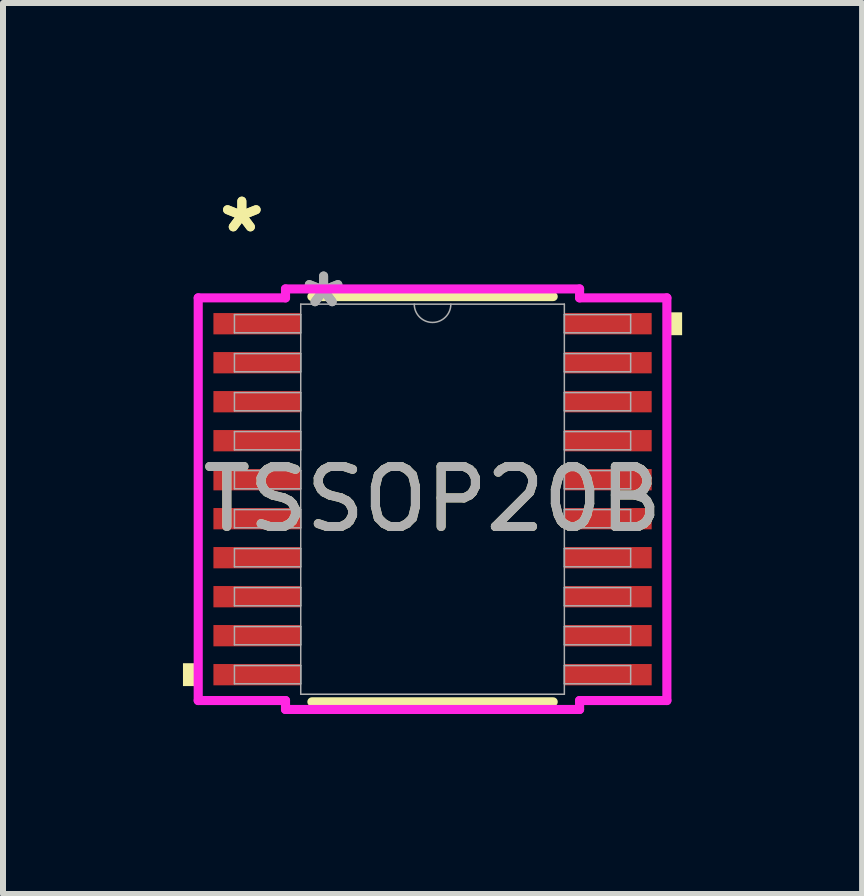
<source format=kicad_pcb>
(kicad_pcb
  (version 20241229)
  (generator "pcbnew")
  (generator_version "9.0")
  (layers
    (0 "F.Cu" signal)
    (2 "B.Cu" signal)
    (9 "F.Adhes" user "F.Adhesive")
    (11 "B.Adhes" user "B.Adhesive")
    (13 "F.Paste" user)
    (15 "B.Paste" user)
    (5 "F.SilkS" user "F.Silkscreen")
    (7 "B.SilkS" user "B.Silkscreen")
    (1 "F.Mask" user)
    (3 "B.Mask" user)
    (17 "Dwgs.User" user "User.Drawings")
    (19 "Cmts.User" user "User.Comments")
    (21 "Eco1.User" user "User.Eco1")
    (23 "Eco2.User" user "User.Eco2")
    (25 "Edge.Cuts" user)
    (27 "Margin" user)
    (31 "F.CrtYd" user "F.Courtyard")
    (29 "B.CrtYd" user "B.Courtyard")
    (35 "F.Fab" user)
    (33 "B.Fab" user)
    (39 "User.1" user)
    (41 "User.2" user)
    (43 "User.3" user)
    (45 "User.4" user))
  (footprint "TSSOP20B"
    (layer "F.Cu")
    (at 4.16 5.271)
    (property "Reference" "TSSOP20B" (at 0 0 0) (unlocked yes) (layer "F.SilkS") (effects (font (size 1 1) (thickness 0.15))))
    (attr smd)
    (fp_line (start -2.011 3.378) (end 2.011 3.378) (stroke (width 0.152) (type solid)) (layer "F.SilkS"))
    (fp_line (start 2.011 -3.378) (end -2.011 -3.378) (stroke (width 0.152) (type solid)) (layer "F.SilkS"))
    (fp_poly (pts (xy -4.16 2.734) (xy -4.16 3.115) (xy -3.906 3.115) (xy -3.906 2.734)) (stroke (width 0) (type solid)) (fill yes) (layer "F.SilkS"))
    (fp_poly (pts (xy 4.16 -3.115) (xy 4.16 -2.734) (xy 3.906 -2.734) (xy 3.906 -3.115)) (stroke (width 0) (type solid)) (fill yes) (layer "F.SilkS"))
    (fp_line (start -3.906 -3.356) (end -2.451 -3.356) (stroke (width 0.152) (type solid)) (layer "F.CrtYd"))
    (fp_line (start -3.906 3.356) (end -3.906 -3.356) (stroke (width 0.152) (type solid)) (layer "F.CrtYd"))
    (fp_line (start -3.906 3.356) (end -2.451 3.356) (stroke (width 0.152) (type solid)) (layer "F.CrtYd"))
    (fp_line (start -2.451 -3.505) (end 2.451 -3.505) (stroke (width 0.152) (type solid)) (layer "F.CrtYd"))
    (fp_line (start -2.451 -3.356) (end -2.451 -3.505) (stroke (width 0.152) (type solid)) (layer "F.CrtYd"))
    (fp_line (start -2.451 3.505) (end -2.451 3.356) (stroke (width 0.152) (type solid)) (layer "F.CrtYd"))
    (fp_line (start 2.451 -3.505) (end 2.451 -3.356) (stroke (width 0.152) (type solid)) (layer "F.CrtYd"))
    (fp_line (start 2.451 3.356) (end 2.451 3.505) (stroke (width 0.152) (type solid)) (layer "F.CrtYd"))
    (fp_line (start 2.451 3.505) (end -2.451 3.505) (stroke (width 0.152) (type solid)) (layer "F.CrtYd"))
    (fp_line (start 3.906 -3.356) (end 2.451 -3.356) (stroke (width 0.152) (type solid)) (layer "F.CrtYd"))
    (fp_line (start 3.906 -3.356) (end 3.906 3.356) (stroke (width 0.152) (type solid)) (layer "F.CrtYd"))
    (fp_line (start 3.906 3.356) (end 2.451 3.356) (stroke (width 0.152) (type solid)) (layer "F.CrtYd"))
    (fp_line (start -3.302 -3.077) (end -3.302 -2.773) (stroke (width 0.025) (type solid)) (layer "F.Fab"))
    (fp_line (start -3.302 -2.773) (end -2.197 -2.773) (stroke (width 0.025) (type solid)) (layer "F.Fab"))
    (fp_line (start -3.302 -2.427) (end -3.302 -2.123) (stroke (width 0.025) (type solid)) (layer "F.Fab"))
    (fp_line (start -3.302 -2.123) (end -2.197 -2.123) (stroke (width 0.025) (type solid)) (layer "F.Fab"))
    (fp_line (start -3.302 -1.777) (end -3.302 -1.473) (stroke (width 0.025) (type solid)) (layer "F.Fab"))
    (fp_line (start -3.302 -1.473) (end -2.197 -1.473) (stroke (width 0.025) (type solid)) (layer "F.Fab"))
    (fp_line (start -3.302 -1.127) (end -3.302 -0.823) (stroke (width 0.025) (type solid)) (layer "F.Fab"))
    (fp_line (start -3.302 -0.823) (end -2.197 -0.823) (stroke (width 0.025) (type solid)) (layer "F.Fab"))
    (fp_line (start -3.302 -0.477) (end -3.302 -0.173) (stroke (width 0.025) (type solid)) (layer "F.Fab"))
    (fp_line (start -3.302 -0.173) (end -2.197 -0.173) (stroke (width 0.025) (type solid)) (layer "F.Fab"))
    (fp_line (start -3.302 0.173) (end -3.302 0.477) (stroke (width 0.025) (type solid)) (layer "F.Fab"))
    (fp_line (start -3.302 0.477) (end -2.197 0.477) (stroke (width 0.025) (type solid)) (layer "F.Fab"))
    (fp_line (start -3.302 0.823) (end -3.302 1.127) (stroke (width 0.025) (type solid)) (layer "F.Fab"))
    (fp_line (start -3.302 1.127) (end -2.197 1.127) (stroke (width 0.025) (type solid)) (layer "F.Fab"))
    (fp_line (start -3.302 1.473) (end -3.302 1.777) (stroke (width 0.025) (type solid)) (layer "F.Fab"))
    (fp_line (start -3.302 1.777) (end -2.197 1.777) (stroke (width 0.025) (type solid)) (layer "F.Fab"))
    (fp_line (start -3.302 2.123) (end -3.302 2.427) (stroke (width 0.025) (type solid)) (layer "F.Fab"))
    (fp_line (start -3.302 2.427) (end -2.197 2.427) (stroke (width 0.025) (type solid)) (layer "F.Fab"))
    (fp_line (start -3.302 2.773) (end -3.302 3.077) (stroke (width 0.025) (type solid)) (layer "F.Fab"))
    (fp_line (start -3.302 3.077) (end -2.197 3.077) (stroke (width 0.025) (type solid)) (layer "F.Fab"))
    (fp_line (start -2.197 -3.251) (end -2.197 3.251) (stroke (width 0.025) (type solid)) (layer "F.Fab"))
    (fp_line (start -2.197 -3.077) (end -3.302 -3.077) (stroke (width 0.025) (type solid)) (layer "F.Fab"))
    (fp_line (start -2.197 -2.773) (end -2.197 -3.077) (stroke (width 0.025) (type solid)) (layer "F.Fab"))
    (fp_line (start -2.197 -2.427) (end -3.302 -2.427) (stroke (width 0.025) (type solid)) (layer "F.Fab"))
    (fp_line (start -2.197 -2.123) (end -2.197 -2.427) (stroke (width 0.025) (type solid)) (layer "F.Fab"))
    (fp_line (start -2.197 -1.777) (end -3.302 -1.777) (stroke (width 0.025) (type solid)) (layer "F.Fab"))
    (fp_line (start -2.197 -1.473) (end -2.197 -1.777) (stroke (width 0.025) (type solid)) (layer "F.Fab"))
    (fp_line (start -2.197 -1.127) (end -3.302 -1.127) (stroke (width 0.025) (type solid)) (layer "F.Fab"))
    (fp_line (start -2.197 -0.823) (end -2.197 -1.127) (stroke (width 0.025) (type solid)) (layer "F.Fab"))
    (fp_line (start -2.197 -0.477) (end -3.302 -0.477) (stroke (width 0.025) (type solid)) (layer "F.Fab"))
    (fp_line (start -2.197 -0.173) (end -2.197 -0.477) (stroke (width 0.025) (type solid)) (layer "F.Fab"))
    (fp_line (start -2.197 0.173) (end -3.302 0.173) (stroke (width 0.025) (type solid)) (layer "F.Fab"))
    (fp_line (start -2.197 0.477) (end -2.197 0.173) (stroke (width 0.025) (type solid)) (layer "F.Fab"))
    (fp_line (start -2.197 0.823) (end -3.302 0.823) (stroke (width 0.025) (type solid)) (layer "F.Fab"))
    (fp_line (start -2.197 1.127) (end -2.197 0.823) (stroke (width 0.025) (type solid)) (layer "F.Fab"))
    (fp_line (start -2.197 1.473) (end -3.302 1.473) (stroke (width 0.025) (type solid)) (layer "F.Fab"))
    (fp_line (start -2.197 1.777) (end -2.197 1.473) (stroke (width 0.025) (type solid)) (layer "F.Fab"))
    (fp_line (start -2.197 2.123) (end -3.302 2.123) (stroke (width 0.025) (type solid)) (layer "F.Fab"))
    (fp_line (start -2.197 2.427) (end -2.197 2.123) (stroke (width 0.025) (type solid)) (layer "F.Fab"))
    (fp_line (start -2.197 2.773) (end -3.302 2.773) (stroke (width 0.025) (type solid)) (layer "F.Fab"))
    (fp_line (start -2.197 3.077) (end -2.197 2.773) (stroke (width 0.025) (type solid)) (layer "F.Fab"))
    (fp_line (start -2.197 3.251) (end 2.197 3.251) (stroke (width 0.025) (type solid)) (layer "F.Fab"))
    (fp_line (start 2.197 -3.251) (end -2.197 -3.251) (stroke (width 0.025) (type solid)) (layer "F.Fab"))
    (fp_line (start 2.197 -3.077) (end 2.197 -2.773) (stroke (width 0.025) (type solid)) (layer "F.Fab"))
    (fp_line (start 2.197 -2.773) (end 3.302 -2.773) (stroke (width 0.025) (type solid)) (layer "F.Fab"))
    (fp_line (start 2.197 -2.427) (end 2.197 -2.123) (stroke (width 0.025) (type solid)) (layer "F.Fab"))
    (fp_line (start 2.197 -2.123) (end 3.302 -2.123) (stroke (width 0.025) (type solid)) (layer "F.Fab"))
    (fp_line (start 2.197 -1.777) (end 2.197 -1.473) (stroke (width 0.025) (type solid)) (layer "F.Fab"))
    (fp_line (start 2.197 -1.473) (end 3.302 -1.473) (stroke (width 0.025) (type solid)) (layer "F.Fab"))
    (fp_line (start 2.197 -1.127) (end 2.197 -0.823) (stroke (width 0.025) (type solid)) (layer "F.Fab"))
    (fp_line (start 2.197 -0.823) (end 3.302 -0.823) (stroke (width 0.025) (type solid)) (layer "F.Fab"))
    (fp_line (start 2.197 -0.477) (end 2.197 -0.173) (stroke (width 0.025) (type solid)) (layer "F.Fab"))
    (fp_line (start 2.197 -0.173) (end 3.302 -0.173) (stroke (width 0.025) (type solid)) (layer "F.Fab"))
    (fp_line (start 2.197 0.173) (end 2.197 0.477) (stroke (width 0.025) (type solid)) (layer "F.Fab"))
    (fp_line (start 2.197 0.477) (end 3.302 0.477) (stroke (width 0.025) (type solid)) (layer "F.Fab"))
    (fp_line (start 2.197 0.823) (end 2.197 1.127) (stroke (width 0.025) (type solid)) (layer "F.Fab"))
    (fp_line (start 2.197 1.127) (end 3.302 1.127) (stroke (width 0.025) (type solid)) (layer "F.Fab"))
    (fp_line (start 2.197 1.473) (end 2.197 1.777) (stroke (width 0.025) (type solid)) (layer "F.Fab"))
    (fp_line (start 2.197 1.777) (end 3.302 1.777) (stroke (width 0.025) (type solid)) (layer "F.Fab"))
    (fp_line (start 2.197 2.123) (end 2.197 2.427) (stroke (width 0.025) (type solid)) (layer "F.Fab"))
    (fp_line (start 2.197 2.427) (end 3.302 2.427) (stroke (width 0.025) (type solid)) (layer "F.Fab"))
    (fp_line (start 2.197 2.773) (end 2.197 3.077) (stroke (width 0.025) (type solid)) (layer "F.Fab"))
    (fp_line (start 2.197 3.077) (end 3.302 3.077) (stroke (width 0.025) (type solid)) (layer "F.Fab"))
    (fp_line (start 2.197 3.251) (end 2.197 -3.251) (stroke (width 0.025) (type solid)) (layer "F.Fab"))
    (fp_line (start 3.302 -3.077) (end 2.197 -3.077) (stroke (width 0.025) (type solid)) (layer "F.Fab"))
    (fp_line (start 3.302 -2.773) (end 3.302 -3.077) (stroke (width 0.025) (type solid)) (layer "F.Fab"))
    (fp_line (start 3.302 -2.427) (end 2.197 -2.427) (stroke (width 0.025) (type solid)) (layer "F.Fab"))
    (fp_line (start 3.302 -2.123) (end 3.302 -2.427) (stroke (width 0.025) (type solid)) (layer "F.Fab"))
    (fp_line (start 3.302 -1.777) (end 2.197 -1.777) (stroke (width 0.025) (type solid)) (layer "F.Fab"))
    (fp_line (start 3.302 -1.473) (end 3.302 -1.777) (stroke (width 0.025) (type solid)) (layer "F.Fab"))
    (fp_line (start 3.302 -1.127) (end 2.197 -1.127) (stroke (width 0.025) (type solid)) (layer "F.Fab"))
    (fp_line (start 3.302 -0.823) (end 3.302 -1.127) (stroke (width 0.025) (type solid)) (layer "F.Fab"))
    (fp_line (start 3.302 -0.477) (end 2.197 -0.477) (stroke (width 0.025) (type solid)) (layer "F.Fab"))
    (fp_line (start 3.302 -0.173) (end 3.302 -0.477) (stroke (width 0.025) (type solid)) (layer "F.Fab"))
    (fp_line (start 3.302 0.173) (end 2.197 0.173) (stroke (width 0.025) (type solid)) (layer "F.Fab"))
    (fp_line (start 3.302 0.477) (end 3.302 0.173) (stroke (width 0.025) (type solid)) (layer "F.Fab"))
    (fp_line (start 3.302 0.823) (end 2.197 0.823) (stroke (width 0.025) (type solid)) (layer "F.Fab"))
    (fp_line (start 3.302 1.127) (end 3.302 0.823) (stroke (width 0.025) (type solid)) (layer "F.Fab"))
    (fp_line (start 3.302 1.473) (end 2.197 1.473) (stroke (width 0.025) (type solid)) (layer "F.Fab"))
    (fp_line (start 3.302 1.777) (end 3.302 1.473) (stroke (width 0.025) (type solid)) (layer "F.Fab"))
    (fp_line (start 3.302 2.123) (end 2.197 2.123) (stroke (width 0.025) (type solid)) (layer "F.Fab"))
    (fp_line (start 3.302 2.427) (end 3.302 2.123) (stroke (width 0.025) (type solid)) (layer "F.Fab"))
    (fp_line (start 3.302 2.773) (end 2.197 2.773) (stroke (width 0.025) (type solid)) (layer "F.Fab"))
    (fp_line (start 3.302 3.077) (end 3.302 2.773) (stroke (width 0.025) (type solid)) (layer "F.Fab"))
    (fp_arc (start 0.3048 -3.2512) (mid 0 -2.9464) (end -0.3048 -3.2512) (stroke (width 0.0254) (type solid)) (layer "F.Fab"))
    (fp_text user "*" (at -3.179 -4.423 0) (unlocked yes) (layer "F.SilkS") (effects (font (size 1 1) (thickness 0.15))))
    (fp_text user "*" (at -3.179 -4.423 0) (layer "F.SilkS") (effects (font (size 1 1) (thickness 0.15))))
    (fp_text user "*" (at -1.816 -3.175 0) (unlocked yes) (layer "F.Fab") (effects (font (size 1 1) (thickness 0.15))))
    (fp_text user "*" (at -1.816 -3.175 0) (layer "F.Fab") (effects (font (size 1 1) (thickness 0.15))))
    (fp_text user "${REFERENCE}" (at 0 0 0) (unlocked yes) (layer "F.Fab") (effects (font (size 1 1) (thickness 0.15))))
    (pad "1" smd rect (at -2.925 -2.925) (size 1.455 0.355) (layers "F.Cu" "F.Mask" "F.Paste"))
    (pad "2" smd rect (at -2.925 -2.275) (size 1.455 0.355) (layers "F.Cu" "F.Mask" "F.Paste"))
    (pad "3" smd rect (at -2.925 -1.625) (size 1.455 0.355) (layers "F.Cu" "F.Mask" "F.Paste"))
    (pad "4" smd rect (at -2.925 -0.975) (size 1.455 0.355) (layers "F.Cu" "F.Mask" "F.Paste"))
    (pad "5" smd rect (at -2.925 -0.325) (size 1.455 0.355) (layers "F.Cu" "F.Mask" "F.Paste"))
    (pad "6" smd rect (at -2.925 0.325) (size 1.455 0.355) (layers "F.Cu" "F.Mask" "F.Paste"))
    (pad "7" smd rect (at -2.925 0.975) (size 1.455 0.355) (layers "F.Cu" "F.Mask" "F.Paste"))
    (pad "8" smd rect (at -2.925 1.625) (size 1.455 0.355) (layers "F.Cu" "F.Mask" "F.Paste"))
    (pad "9" smd rect (at -2.925 2.275) (size 1.455 0.355) (layers "F.Cu" "F.Mask" "F.Paste"))
    (pad "10" smd rect (at -2.925 2.925) (size 1.455 0.355) (layers "F.Cu" "F.Mask" "F.Paste"))
    (pad "11" smd rect (at 2.925 2.925) (size 1.455 0.355) (layers "F.Cu" "F.Mask" "F.Paste"))
    (pad "12" smd rect (at 2.925 2.275) (size 1.455 0.355) (layers "F.Cu" "F.Mask" "F.Paste"))
    (pad "13" smd rect (at 2.925 1.625) (size 1.455 0.355) (layers "F.Cu" "F.Mask" "F.Paste"))
    (pad "14" smd rect (at 2.925 0.975) (size 1.455 0.355) (layers "F.Cu" "F.Mask" "F.Paste"))
    (pad "15" smd rect (at 2.925 0.325) (size 1.455 0.355) (layers "F.Cu" "F.Mask" "F.Paste"))
    (pad "16" smd rect (at 2.925 -0.325) (size 1.455 0.355) (layers "F.Cu" "F.Mask" "F.Paste"))
    (pad "17" smd rect (at 2.925 -0.975) (size 1.455 0.355) (layers "F.Cu" "F.Mask" "F.Paste"))
    (pad "18" smd rect (at 2.925 -1.625) (size 1.455 0.355) (layers "F.Cu" "F.Mask" "F.Paste"))
    (pad "19" smd rect (at 2.925 -2.275) (size 1.455 0.355) (layers "F.Cu" "F.Mask" "F.Paste"))
    (pad "20" smd rect (at 2.925 -2.925) (size 1.455 0.355) (layers "F.Cu" "F.Mask" "F.Paste")))
  (gr_rect
    (start -3 -3)
    (end 11.32 11.852)
    (stroke (width 0.1) (type default))
    (fill no)
    (layer "Edge.Cuts")))
</source>
